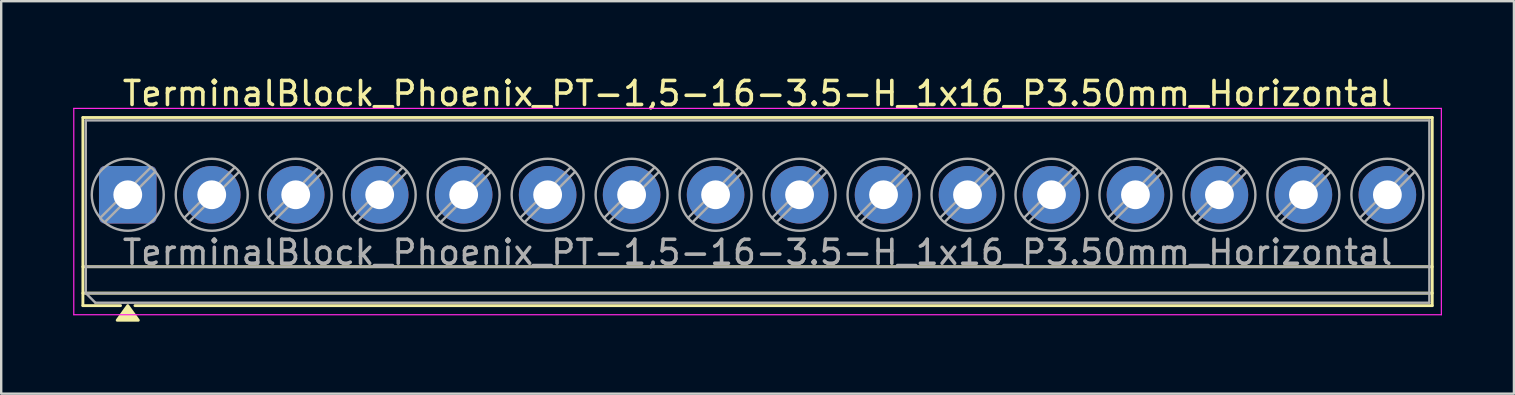
<source format=kicad_pcb>
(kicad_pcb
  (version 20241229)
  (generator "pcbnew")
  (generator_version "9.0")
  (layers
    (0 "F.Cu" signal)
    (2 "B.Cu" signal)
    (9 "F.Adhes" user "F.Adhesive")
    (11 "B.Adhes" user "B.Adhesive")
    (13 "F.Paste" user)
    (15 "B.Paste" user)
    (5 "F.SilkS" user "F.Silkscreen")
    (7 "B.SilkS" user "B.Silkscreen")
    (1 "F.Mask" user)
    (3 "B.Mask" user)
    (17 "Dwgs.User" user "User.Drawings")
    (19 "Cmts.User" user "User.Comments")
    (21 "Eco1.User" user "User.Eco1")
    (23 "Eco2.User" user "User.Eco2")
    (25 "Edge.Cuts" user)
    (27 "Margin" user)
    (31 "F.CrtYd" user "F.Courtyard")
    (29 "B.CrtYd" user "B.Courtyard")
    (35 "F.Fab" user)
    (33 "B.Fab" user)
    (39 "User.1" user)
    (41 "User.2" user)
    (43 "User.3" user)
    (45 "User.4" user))
  (footprint "TerminalBlock_Phoenix_PT-1,5-16-3.5-H_1x16_P3.50mm_Horizontal"
    (layer "F.Cu")
    (at 2.275 5.068)
    (property "Reference" "TerminalBlock_Phoenix_PT-1,5-16-3.5-H_1x16_P3.50mm_Horizontal" (at 26.25 -4.22 0) (layer "F.SilkS") (effects (font (size 1 1) (thickness 0.15))))
    (attr through_hole)
    (fp_line (start -1.87 -3.22) (end 54.37 -3.22) (stroke (width 0.12) (type solid)) (layer "F.SilkS"))
    (fp_line (start -1.87 3) (end 54.37 3) (stroke (width 0.12) (type solid)) (layer "F.SilkS"))
    (fp_line (start -1.87 4.1) (end 54.37 4.1) (stroke (width 0.12) (type solid)) (layer "F.SilkS"))
    (fp_line (start -1.87 4.62) (end -1.87 -3.22) (stroke (width 0.12) (type solid)) (layer "F.SilkS"))
    (fp_line (start -0.3 4.62) (end -1.87 4.62) (stroke (width 0.12) (type solid)) (layer "F.SilkS"))
    (fp_line (start 54.37 -3.22) (end 54.37 4.62) (stroke (width 0.12) (type solid)) (layer "F.SilkS"))
    (fp_line (start 54.37 4.62) (end 0.3 4.62) (stroke (width 0.12) (type solid)) (layer "F.SilkS"))
    (fp_poly (pts (xy 0 4.62) (xy 0.44 5.23) (xy -0.44 5.23)) (stroke (width 0.12) (type solid)) (fill yes) (layer "F.SilkS"))
    (fp_line (start -2.25 -3.6) (end -2.25 5) (stroke (width 0.05) (type solid)) (layer "F.CrtYd"))
    (fp_line (start -2.25 5) (end 54.75 5) (stroke (width 0.05) (type solid)) (layer "F.CrtYd"))
    (fp_line (start 54.75 -3.6) (end -2.25 -3.6) (stroke (width 0.05) (type solid)) (layer "F.CrtYd"))
    (fp_line (start 54.75 5) (end 54.75 -3.6) (stroke (width 0.05) (type solid)) (layer "F.CrtYd"))
    (fp_line (start -1.75 -3.1) (end 54.25 -3.1) (stroke (width 0.1) (type solid)) (layer "F.Fab"))
    (fp_line (start -1.75 3) (end 54.25 3) (stroke (width 0.1) (type solid)) (layer "F.Fab"))
    (fp_line (start -1.75 4.1) (end -1.75 -3.1) (stroke (width 0.1) (type solid)) (layer "F.Fab"))
    (fp_line (start -1.75 4.1) (end 54.25 4.1) (stroke (width 0.1) (type solid)) (layer "F.Fab"))
    (fp_line (start -1.35 4.5) (end -1.75 4.1) (stroke (width 0.1) (type solid)) (layer "F.Fab"))
    (fp_line (start 0.955 -1.138) (end -1.138 0.955) (stroke (width 0.1) (type solid)) (layer "F.Fab"))
    (fp_line (start 1.138 -0.955) (end -0.955 1.138) (stroke (width 0.1) (type solid)) (layer "F.Fab"))
    (fp_line (start 4.455 -1.138) (end 2.362 0.955) (stroke (width 0.1) (type solid)) (layer "F.Fab"))
    (fp_line (start 4.638 -0.955) (end 2.545 1.138) (stroke (width 0.1) (type solid)) (layer "F.Fab"))
    (fp_line (start 7.955 -1.138) (end 5.862 0.955) (stroke (width 0.1) (type solid)) (layer "F.Fab"))
    (fp_line (start 8.138 -0.955) (end 6.045 1.138) (stroke (width 0.1) (type solid)) (layer "F.Fab"))
    (fp_line (start 11.455 -1.138) (end 9.362 0.955) (stroke (width 0.1) (type solid)) (layer "F.Fab"))
    (fp_line (start 11.638 -0.955) (end 9.545 1.138) (stroke (width 0.1) (type solid)) (layer "F.Fab"))
    (fp_line (start 14.955 -1.138) (end 12.862 0.955) (stroke (width 0.1) (type solid)) (layer "F.Fab"))
    (fp_line (start 15.138 -0.955) (end 13.045 1.138) (stroke (width 0.1) (type solid)) (layer "F.Fab"))
    (fp_line (start 18.455 -1.138) (end 16.362 0.955) (stroke (width 0.1) (type solid)) (layer "F.Fab"))
    (fp_line (start 18.638 -0.955) (end 16.545 1.138) (stroke (width 0.1) (type solid)) (layer "F.Fab"))
    (fp_line (start 21.955 -1.138) (end 19.862 0.955) (stroke (width 0.1) (type solid)) (layer "F.Fab"))
    (fp_line (start 22.138 -0.955) (end 20.045 1.138) (stroke (width 0.1) (type solid)) (layer "F.Fab"))
    (fp_line (start 25.455 -1.138) (end 23.362 0.955) (stroke (width 0.1) (type solid)) (layer "F.Fab"))
    (fp_line (start 25.638 -0.955) (end 23.545 1.138) (stroke (width 0.1) (type solid)) (layer "F.Fab"))
    (fp_line (start 28.955 -1.138) (end 26.862 0.955) (stroke (width 0.1) (type solid)) (layer "F.Fab"))
    (fp_line (start 29.138 -0.955) (end 27.045 1.138) (stroke (width 0.1) (type solid)) (layer "F.Fab"))
    (fp_line (start 32.455 -1.138) (end 30.362 0.955) (stroke (width 0.1) (type solid)) (layer "F.Fab"))
    (fp_line (start 32.638 -0.955) (end 30.545 1.138) (stroke (width 0.1) (type solid)) (layer "F.Fab"))
    (fp_line (start 35.955 -1.138) (end 33.862 0.955) (stroke (width 0.1) (type solid)) (layer "F.Fab"))
    (fp_line (start 36.138 -0.955) (end 34.045 1.138) (stroke (width 0.1) (type solid)) (layer "F.Fab"))
    (fp_line (start 39.455 -1.138) (end 37.362 0.955) (stroke (width 0.1) (type solid)) (layer "F.Fab"))
    (fp_line (start 39.638 -0.955) (end 37.545 1.138) (stroke (width 0.1) (type solid)) (layer "F.Fab"))
    (fp_line (start 42.955 -1.138) (end 40.862 0.955) (stroke (width 0.1) (type solid)) (layer "F.Fab"))
    (fp_line (start 43.138 -0.955) (end 41.045 1.138) (stroke (width 0.1) (type solid)) (layer "F.Fab"))
    (fp_line (start 46.455 -1.138) (end 44.362 0.955) (stroke (width 0.1) (type solid)) (layer "F.Fab"))
    (fp_line (start 46.638 -0.955) (end 44.545 1.138) (stroke (width 0.1) (type solid)) (layer "F.Fab"))
    (fp_line (start 49.955 -1.138) (end 47.862 0.955) (stroke (width 0.1) (type solid)) (layer "F.Fab"))
    (fp_line (start 50.138 -0.955) (end 48.045 1.138) (stroke (width 0.1) (type solid)) (layer "F.Fab"))
    (fp_line (start 53.455 -1.138) (end 51.362 0.955) (stroke (width 0.1) (type solid)) (layer "F.Fab"))
    (fp_line (start 53.638 -0.955) (end 51.545 1.138) (stroke (width 0.1) (type solid)) (layer "F.Fab"))
    (fp_line (start 54.25 -3.1) (end 54.25 4.5) (stroke (width 0.1) (type solid)) (layer "F.Fab"))
    (fp_line (start 54.25 4.5) (end -1.35 4.5) (stroke (width 0.1) (type solid)) (layer "F.Fab"))
    (fp_circle (center 0 0) (end 1.5 0) (stroke (width 0.1) (type solid)) (fill no) (layer "F.Fab"))
    (fp_circle (center 3.5 0) (end 5 0) (stroke (width 0.1) (type solid)) (fill no) (layer "F.Fab"))
    (fp_circle (center 7 0) (end 8.5 0) (stroke (width 0.1) (type solid)) (fill no) (layer "F.Fab"))
    (fp_circle (center 10.5 0) (end 12 0) (stroke (width 0.1) (type solid)) (fill no) (layer "F.Fab"))
    (fp_circle (center 14 0) (end 15.5 0) (stroke (width 0.1) (type solid)) (fill no) (layer "F.Fab"))
    (fp_circle (center 17.5 0) (end 19 0) (stroke (width 0.1) (type solid)) (fill no) (layer "F.Fab"))
    (fp_circle (center 21 0) (end 22.5 0) (stroke (width 0.1) (type solid)) (fill no) (layer "F.Fab"))
    (fp_circle (center 24.5 0) (end 26 0) (stroke (width 0.1) (type solid)) (fill no) (layer "F.Fab"))
    (fp_circle (center 28 0) (end 29.5 0) (stroke (width 0.1) (type solid)) (fill no) (layer "F.Fab"))
    (fp_circle (center 31.5 0) (end 33 0) (stroke (width 0.1) (type solid)) (fill no) (layer "F.Fab"))
    (fp_circle (center 35 0) (end 36.5 0) (stroke (width 0.1) (type solid)) (fill no) (layer "F.Fab"))
    (fp_circle (center 38.5 0) (end 40 0) (stroke (width 0.1) (type solid)) (fill no) (layer "F.Fab"))
    (fp_circle (center 42 0) (end 43.5 0) (stroke (width 0.1) (type solid)) (fill no) (layer "F.Fab"))
    (fp_circle (center 45.5 0) (end 47 0) (stroke (width 0.1) (type solid)) (fill no) (layer "F.Fab"))
    (fp_circle (center 49 0) (end 50.5 0) (stroke (width 0.1) (type solid)) (fill no) (layer "F.Fab"))
    (fp_circle (center 52.5 0) (end 54 0) (stroke (width 0.1) (type solid)) (fill no) (layer "F.Fab"))
    (fp_text user "${REFERENCE}" (at 26.25 2.4 0) (layer "F.Fab") (effects (font (size 1 1) (thickness 0.15))))
    (pad "1" thru_hole roundrect (at 0 0) (size 2.4 2.4) (drill 1.2) (layers "*.Cu" "*.Mask") (roundrect_rratio 0.104))
    (pad "2" thru_hole circle (at 3.5 0) (size 2.4 2.4) (drill 1.2) (layers "*.Cu" "*.Mask"))
    (pad "3" thru_hole circle (at 7 0) (size 2.4 2.4) (drill 1.2) (layers "*.Cu" "*.Mask"))
    (pad "4" thru_hole circle (at 10.5 0) (size 2.4 2.4) (drill 1.2) (layers "*.Cu" "*.Mask"))
    (pad "5" thru_hole circle (at 14 0) (size 2.4 2.4) (drill 1.2) (layers "*.Cu" "*.Mask"))
    (pad "6" thru_hole circle (at 17.5 0) (size 2.4 2.4) (drill 1.2) (layers "*.Cu" "*.Mask"))
    (pad "7" thru_hole circle (at 21 0) (size 2.4 2.4) (drill 1.2) (layers "*.Cu" "*.Mask"))
    (pad "8" thru_hole circle (at 24.5 0) (size 2.4 2.4) (drill 1.2) (layers "*.Cu" "*.Mask"))
    (pad "9" thru_hole circle (at 28 0) (size 2.4 2.4) (drill 1.2) (layers "*.Cu" "*.Mask"))
    (pad "10" thru_hole circle (at 31.5 0) (size 2.4 2.4) (drill 1.2) (layers "*.Cu" "*.Mask"))
    (pad "11" thru_hole circle (at 35 0) (size 2.4 2.4) (drill 1.2) (layers "*.Cu" "*.Mask"))
    (pad "12" thru_hole circle (at 38.5 0) (size 2.4 2.4) (drill 1.2) (layers "*.Cu" "*.Mask"))
    (pad "13" thru_hole circle (at 42 0) (size 2.4 2.4) (drill 1.2) (layers "*.Cu" "*.Mask"))
    (pad "14" thru_hole circle (at 45.5 0) (size 2.4 2.4) (drill 1.2) (layers "*.Cu" "*.Mask"))
    (pad "15" thru_hole circle (at 49 0) (size 2.4 2.4) (drill 1.2) (layers "*.Cu" "*.Mask"))
    (pad "16" thru_hole circle (at 52.5 0) (size 2.4 2.4) (drill 1.2) (layers "*.Cu" "*.Mask")))
  (gr_rect
    (start -3 -3)
    (end 60.05 13.358)
    (stroke (width 0.1) (type default))
    (fill no)
    (layer "Edge.Cuts")))
</source>
